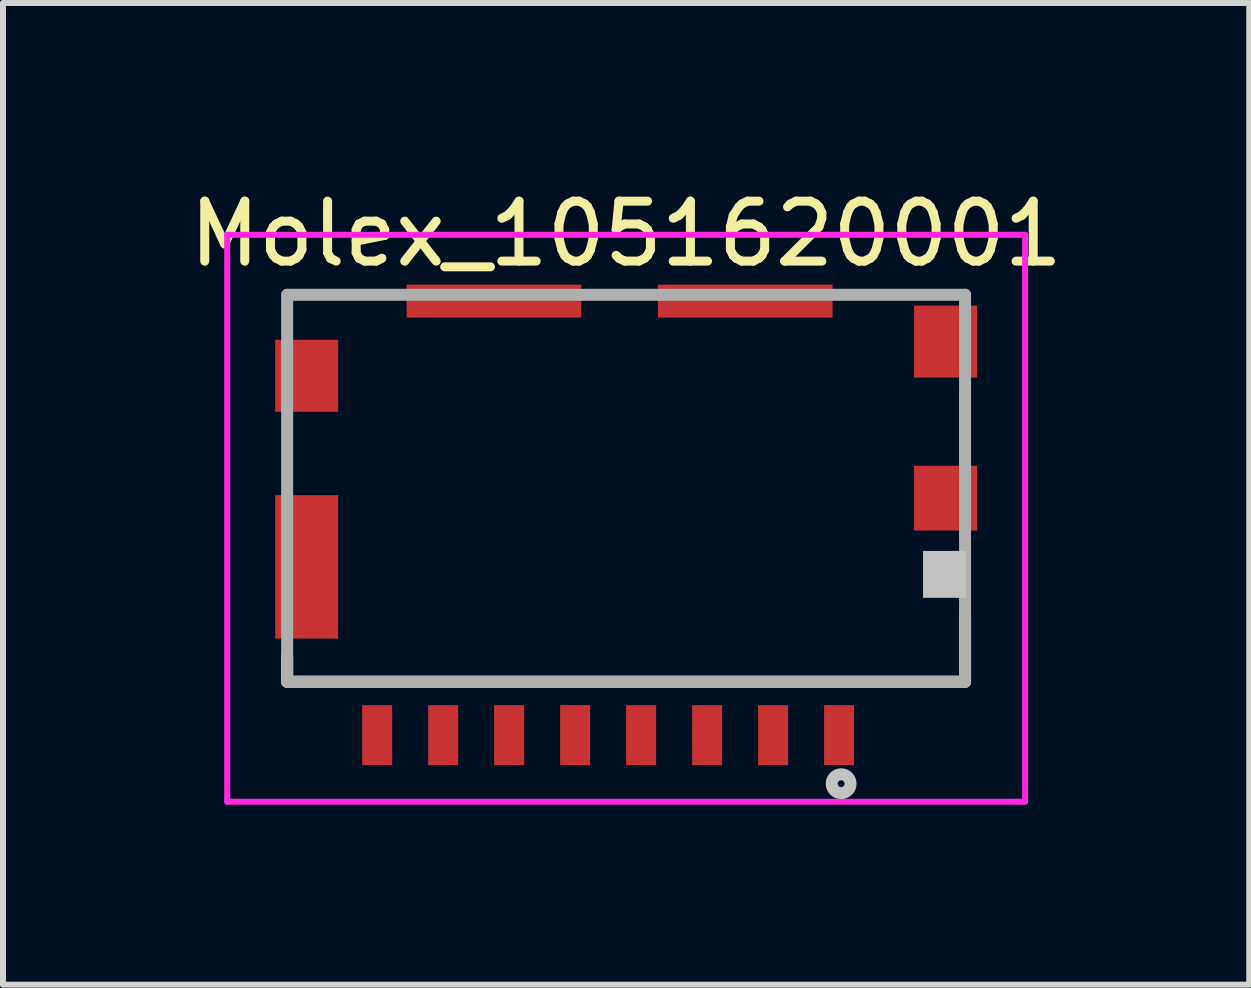
<source format=kicad_pcb>
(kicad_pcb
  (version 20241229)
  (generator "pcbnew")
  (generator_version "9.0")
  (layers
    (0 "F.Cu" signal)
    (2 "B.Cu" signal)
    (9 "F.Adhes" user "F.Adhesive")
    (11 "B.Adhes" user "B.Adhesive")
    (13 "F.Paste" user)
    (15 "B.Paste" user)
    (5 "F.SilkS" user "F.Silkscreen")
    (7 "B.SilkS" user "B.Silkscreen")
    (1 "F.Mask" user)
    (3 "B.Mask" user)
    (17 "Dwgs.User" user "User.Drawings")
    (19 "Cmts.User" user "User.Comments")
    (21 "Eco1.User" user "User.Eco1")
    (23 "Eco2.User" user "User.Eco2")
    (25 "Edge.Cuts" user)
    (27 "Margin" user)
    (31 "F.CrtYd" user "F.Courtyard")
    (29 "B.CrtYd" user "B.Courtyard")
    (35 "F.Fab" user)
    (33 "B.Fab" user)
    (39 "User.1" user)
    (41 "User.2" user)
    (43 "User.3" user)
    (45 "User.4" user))
  (footprint "Molex_1051620001"
    (layer "F.Cu")
    (at 7.387 1.864)
    (property "Reference" "Molex_1051620001" (at 0 -1.016 0) (layer "F.SilkS") (effects (font (size 1 1) (thickness 0.15))))
    (attr smd)
    (fp_line (start -5.65 6.45) (end -5.65 6.028) (stroke (width 0.2) (type solid)) (layer "F.SilkS"))
    (fp_line (start -5.65 6.45) (end 5.65 6.45) (stroke (width 0.2) (type solid)) (layer "F.SilkS"))
    (fp_line (start 5.65 6.45) (end 5.65 5.355) (stroke (width 0.2) (type solid)) (layer "F.SilkS"))
    (fp_circle (center 3.584 8.15) (end 3.641 8.15) (stroke (width 0.2) (type solid)) (fill no) (layer "Dwgs.User"))
    (fp_line (start -6.65 -1) (end 6.65 -1) (stroke (width 0.1) (type solid)) (layer "F.CrtYd"))
    (fp_line (start -6.65 8.45) (end -6.65 -1) (stroke (width 0.1) (type solid)) (layer "F.CrtYd"))
    (fp_line (start 6.65 -1) (end 6.65 8.45) (stroke (width 0.1) (type solid)) (layer "F.CrtYd"))
    (fp_line (start 6.65 8.45) (end -6.65 8.45) (stroke (width 0.1) (type solid)) (layer "F.CrtYd"))
    (fp_line (start -5.65 0) (end 5.65 0) (stroke (width 0.2) (type solid)) (layer "F.Fab"))
    (fp_line (start -5.65 6.45) (end -5.65 0) (stroke (width 0.2) (type solid)) (layer "F.Fab"))
    (fp_line (start 5.65 0) (end 5.65 6.45) (stroke (width 0.2) (type solid)) (layer "F.Fab"))
    (fp_line (start 5.65 6.45) (end -5.65 6.45) (stroke (width 0.2) (type solid)) (layer "F.Fab"))
    (pad "" smd rect (at 5.31 4.66) (size 0.72 0.78) (layers "Dwgs.User"))
    (pad "1" smd rect (at 3.55 7.34) (size 0.5 1) (layers "F.Cu" "F.Mask" "F.Paste"))
    (pad "2" smd rect (at 2.45 7.34) (size 0.5 1) (layers "F.Cu" "F.Mask" "F.Paste"))
    (pad "3" smd rect (at 1.35 7.34) (size 0.5 1) (layers "F.Cu" "F.Mask" "F.Paste"))
    (pad "4" smd rect (at 0.25 7.34) (size 0.5 1) (layers "F.Cu" "F.Mask" "F.Paste"))
    (pad "5" smd rect (at -0.85 7.34) (size 0.5 1) (layers "F.Cu" "F.Mask" "F.Paste"))
    (pad "6" smd rect (at -1.95 7.34) (size 0.5 1) (layers "F.Cu" "F.Mask" "F.Paste"))
    (pad "7" smd rect (at -3.05 7.34) (size 0.5 1) (layers "F.Cu" "F.Mask" "F.Paste"))
    (pad "8" smd rect (at -4.15 7.34) (size 0.5 1) (layers "F.Cu" "F.Mask" "F.Paste"))
    (pad "9" smd rect (at 5.31 4.66) (size 0.72 0.78) (layers "F.Cu" "F.Mask" "F.Paste"))
    (pad "11" smd rect (at -5.325 1.35) (size 1.05 1.2) (layers "F.Cu" "F.Mask" "F.Paste"))
    (pad "11" smd rect (at -5.325 4.535) (size 1.05 2.39) (layers "F.Cu" "F.Mask" "F.Paste"))
    (pad "11" smd rect (at -2.204 0.105) (size 2.91 0.55) (layers "F.Cu" "F.Mask" "F.Paste"))
    (pad "11" smd rect (at 1.986 0.105) (size 2.91 0.55) (layers "F.Cu" "F.Mask" "F.Paste"))
    (pad "11" smd rect (at 5.325 0.78) (size 1.05 1.2) (layers "F.Cu" "F.Mask" "F.Paste"))
    (pad "11" smd rect (at 5.325 3.39) (size 1.05 1.08) (layers "F.Cu" "F.Mask" "F.Paste")))
  (gr_rect
    (start -3 -3)
    (end 17.774 13.364)
    (stroke (width 0.1) (type default))
    (fill no)
    (layer "Edge.Cuts")))
</source>
